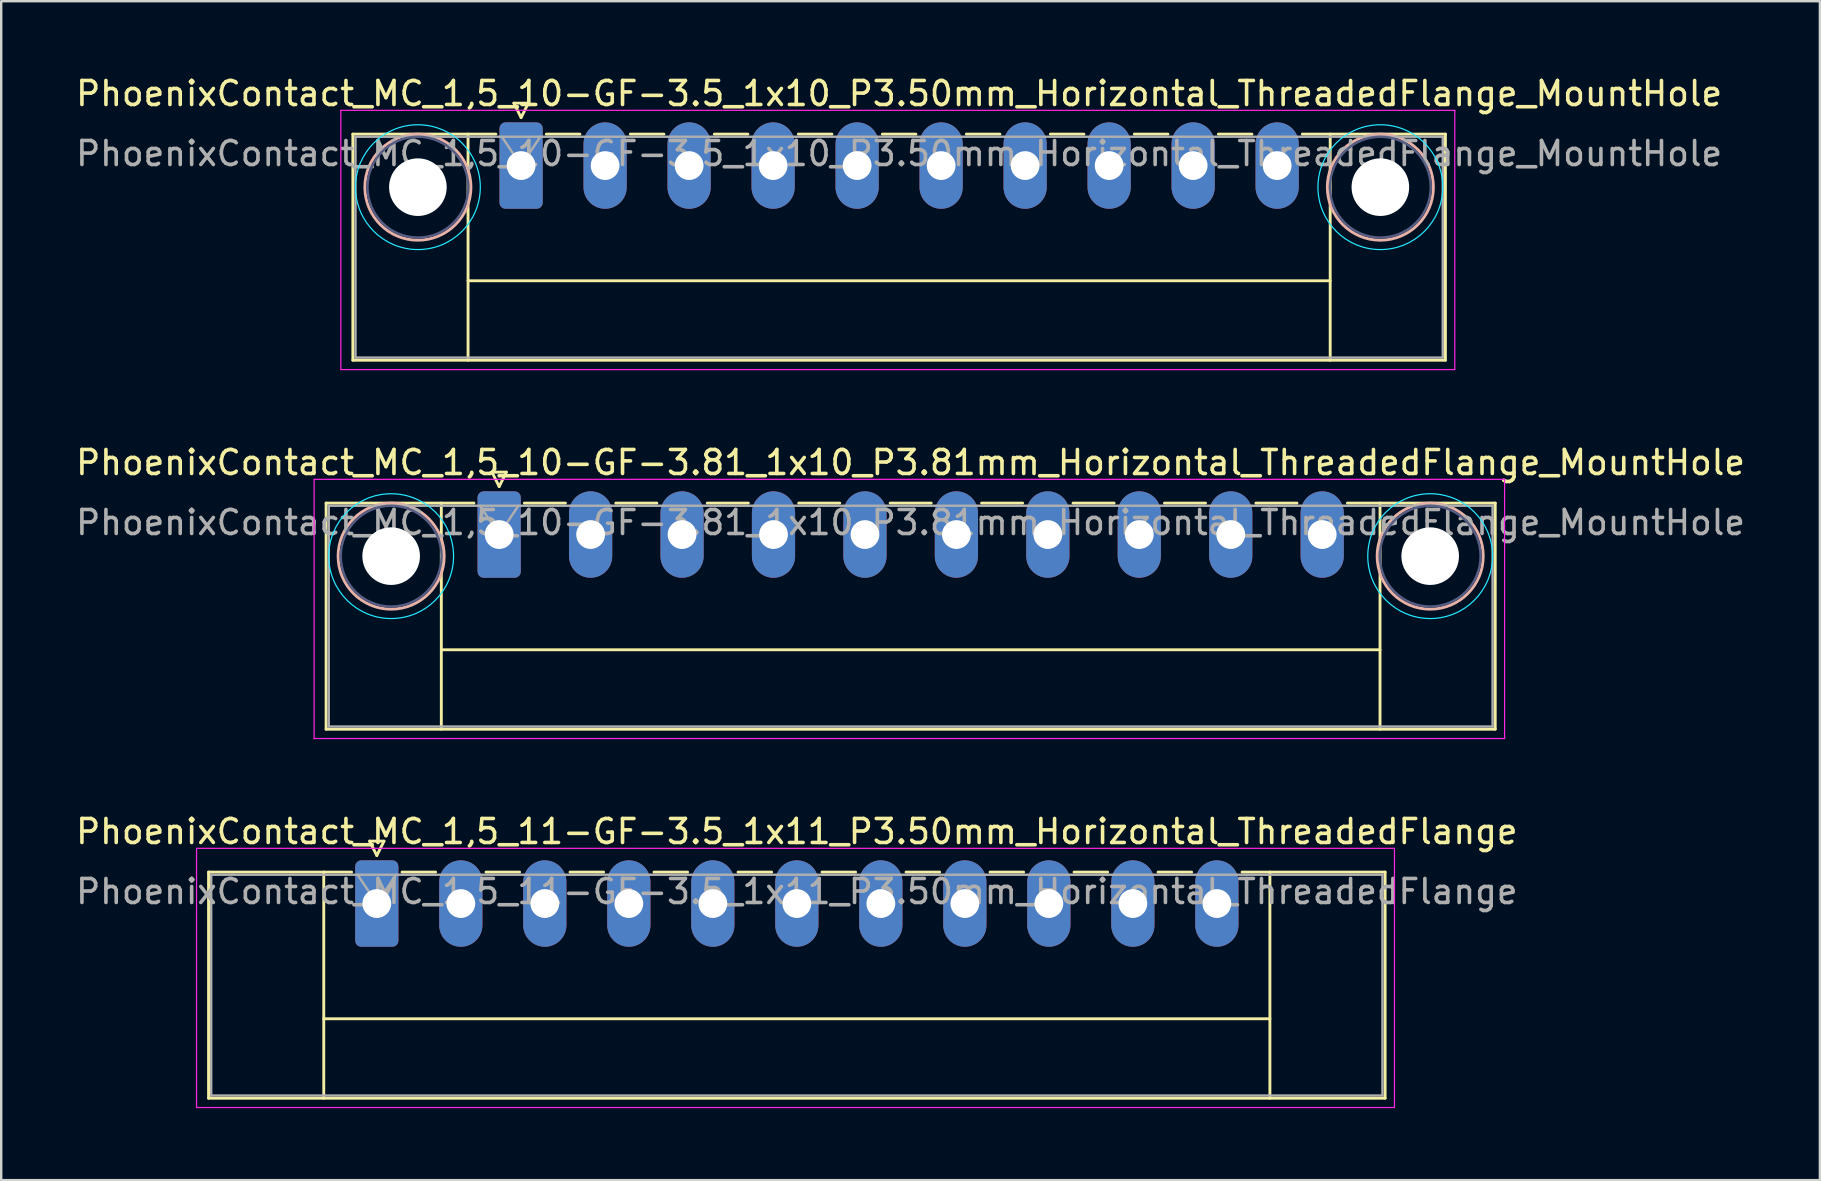
<source format=kicad_pcb>
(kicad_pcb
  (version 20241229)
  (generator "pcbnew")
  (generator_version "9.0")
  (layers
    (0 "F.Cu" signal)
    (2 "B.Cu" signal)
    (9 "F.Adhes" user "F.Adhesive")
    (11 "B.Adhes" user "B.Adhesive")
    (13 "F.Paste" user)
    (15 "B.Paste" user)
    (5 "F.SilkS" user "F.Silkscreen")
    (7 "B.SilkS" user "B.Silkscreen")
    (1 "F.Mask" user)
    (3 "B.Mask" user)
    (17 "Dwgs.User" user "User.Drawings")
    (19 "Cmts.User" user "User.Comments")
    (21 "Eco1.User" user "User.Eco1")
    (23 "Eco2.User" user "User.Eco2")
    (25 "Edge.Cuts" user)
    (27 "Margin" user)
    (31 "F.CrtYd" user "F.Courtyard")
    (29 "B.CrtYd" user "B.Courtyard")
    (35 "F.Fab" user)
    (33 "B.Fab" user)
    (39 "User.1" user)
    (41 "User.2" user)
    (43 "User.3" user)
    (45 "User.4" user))
  (footprint "PhoenixContact_MC_1,5_10-GF-3.5_1x10_P3.50mm_Horizontal_ThreadedFlange_MountHole"
    (layer "F.Cu")
    (at 18.661 3.848)
    (property "Reference" "PhoenixContact_MC_1,5_10-GF-3.5_1x10_P3.50mm_Horizontal_ThreadedFlange_MountHole" (at 15.75 -3 0) (layer "F.SilkS") (effects (font (size 1 1) (thickness 0.15))))
    (attr through_hole)
    (fp_line (start -7.01 -1.31) (end -7.01 8.11) (stroke (width 0.12) (type solid)) (layer "F.SilkS"))
    (fp_line (start -7.01 -1.31) (end -1.05 -1.31) (stroke (width 0.12) (type solid)) (layer "F.SilkS"))
    (fp_line (start -7.01 8.11) (end 38.51 8.11) (stroke (width 0.12) (type solid)) (layer "F.SilkS"))
    (fp_line (start -2.21 -1.31) (end -2.21 8.11) (stroke (width 0.12) (type solid)) (layer "F.SilkS"))
    (fp_line (start -2.21 4.8) (end 33.71 4.8) (stroke (width 0.12) (type solid)) (layer "F.SilkS"))
    (fp_line (start -0.3 -2.6) (end 0.3 -2.6) (stroke (width 0.12) (type solid)) (layer "F.SilkS"))
    (fp_line (start 0 -2) (end -0.3 -2.6) (stroke (width 0.12) (type solid)) (layer "F.SilkS"))
    (fp_line (start 0.3 -2.6) (end 0 -2) (stroke (width 0.12) (type solid)) (layer "F.SilkS"))
    (fp_line (start 1.05 -1.31) (end 2.45 -1.31) (stroke (width 0.12) (type solid)) (layer "F.SilkS"))
    (fp_line (start 4.55 -1.31) (end 5.95 -1.31) (stroke (width 0.12) (type solid)) (layer "F.SilkS"))
    (fp_line (start 8.05 -1.31) (end 9.45 -1.31) (stroke (width 0.12) (type solid)) (layer "F.SilkS"))
    (fp_line (start 11.55 -1.31) (end 12.95 -1.31) (stroke (width 0.12) (type solid)) (layer "F.SilkS"))
    (fp_line (start 15.05 -1.31) (end 16.45 -1.31) (stroke (width 0.12) (type solid)) (layer "F.SilkS"))
    (fp_line (start 18.55 -1.31) (end 19.95 -1.31) (stroke (width 0.12) (type solid)) (layer "F.SilkS"))
    (fp_line (start 22.05 -1.31) (end 23.45 -1.31) (stroke (width 0.12) (type solid)) (layer "F.SilkS"))
    (fp_line (start 25.55 -1.31) (end 26.95 -1.31) (stroke (width 0.12) (type solid)) (layer "F.SilkS"))
    (fp_line (start 29.05 -1.31) (end 30.45 -1.31) (stroke (width 0.12) (type solid)) (layer "F.SilkS"))
    (fp_line (start 33.71 -1.31) (end 33.71 8.11) (stroke (width 0.12) (type solid)) (layer "F.SilkS"))
    (fp_line (start 38.51 -1.31) (end 32.55 -1.31) (stroke (width 0.12) (type solid)) (layer "F.SilkS"))
    (fp_line (start 38.51 8.11) (end 38.51 -1.31) (stroke (width 0.12) (type solid)) (layer "F.SilkS"))
    (fp_circle (center -4.3 0.9) (end -2.09 0.9) (stroke (width 0.12) (type solid)) (fill no) (layer "B.SilkS"))
    (fp_circle (center 35.8 0.9) (end 38.01 0.9) (stroke (width 0.12) (type solid)) (fill no) (layer "B.SilkS"))
    (fp_circle (center -4.3 0.9) (end -1.7 0.9) (stroke (width 0.05) (type solid)) (fill no) (layer "B.CrtYd"))
    (fp_circle (center 35.8 0.9) (end 38.4 0.9) (stroke (width 0.05) (type solid)) (fill no) (layer "B.CrtYd"))
    (fp_line (start -7.51 -2.3) (end -7.51 8.5) (stroke (width 0.05) (type solid)) (layer "F.CrtYd"))
    (fp_line (start -7.51 8.5) (end 38.9 8.5) (stroke (width 0.05) (type solid)) (layer "F.CrtYd"))
    (fp_line (start 38.9 -2.3) (end -7.51 -2.3) (stroke (width 0.05) (type solid)) (layer "F.CrtYd"))
    (fp_line (start 38.9 8.5) (end 38.9 -2.3) (stroke (width 0.05) (type solid)) (layer "F.CrtYd"))
    (fp_circle (center -4.3 0.9) (end -2.2 0.9) (stroke (width 0.1) (type solid)) (fill no) (layer "B.Fab"))
    (fp_circle (center 35.8 0.9) (end 37.9 0.9) (stroke (width 0.1) (type solid)) (fill no) (layer "B.Fab"))
    (fp_line (start -6.9 -1.2) (end -6.9 8) (stroke (width 0.1) (type solid)) (layer "F.Fab"))
    (fp_line (start -6.9 8) (end 38.4 8) (stroke (width 0.1) (type solid)) (layer "F.Fab"))
    (fp_line (start 0 0) (end -0.8 -1.2) (stroke (width 0.1) (type solid)) (layer "F.Fab"))
    (fp_line (start 0.8 -1.2) (end 0 0) (stroke (width 0.1) (type solid)) (layer "F.Fab"))
    (fp_line (start 38.4 -1.2) (end -6.9 -1.2) (stroke (width 0.1) (type solid)) (layer "F.Fab"))
    (fp_line (start 38.4 8) (end 38.4 -1.2) (stroke (width 0.1) (type solid)) (layer "F.Fab"))
    (fp_text user "${REFERENCE}" (at 15.75 -0.5 0) (layer "F.Fab") (effects (font (size 1 1) (thickness 0.15))))
    (pad "" np_thru_hole circle (at -4.3 0.9) (size 2.4 2.4) (drill 2.4) (layers "*.Cu" "*.Mask"))
    (pad "" np_thru_hole circle (at 35.8 0.9) (size 2.4 2.4) (drill 2.4) (layers "*.Cu" "*.Mask"))
    (pad "1" thru_hole roundrect (at 0 0) (size 1.8 3.6) (drill 1.2) (layers "*.Cu" "*.Mask") (roundrect_rratio 0.139))
    (pad "2" thru_hole oval (at 3.5 0) (size 1.8 3.6) (drill 1.2) (layers "*.Cu" "*.Mask"))
    (pad "3" thru_hole oval (at 7 0) (size 1.8 3.6) (drill 1.2) (layers "*.Cu" "*.Mask"))
    (pad "4" thru_hole oval (at 10.5 0) (size 1.8 3.6) (drill 1.2) (layers "*.Cu" "*.Mask"))
    (pad "5" thru_hole oval (at 14 0) (size 1.8 3.6) (drill 1.2) (layers "*.Cu" "*.Mask"))
    (pad "6" thru_hole oval (at 17.5 0) (size 1.8 3.6) (drill 1.2) (layers "*.Cu" "*.Mask"))
    (pad "7" thru_hole oval (at 21 0) (size 1.8 3.6) (drill 1.2) (layers "*.Cu" "*.Mask"))
    (pad "8" thru_hole oval (at 24.5 0) (size 1.8 3.6) (drill 1.2) (layers "*.Cu" "*.Mask"))
    (pad "9" thru_hole oval (at 28 0) (size 1.8 3.6) (drill 1.2) (layers "*.Cu" "*.Mask"))
    (pad "10" thru_hole oval (at 31.5 0) (size 1.8 3.6) (drill 1.2) (layers "*.Cu" "*.Mask")))
  (footprint "PhoenixContact_MC_1,5_10-GF-3.81_1x10_P3.81mm_Horizontal_ThreadedFlange_MountHole"
    (layer "F.Cu")
    (at 17.747 19.221)
    (property "Reference" "PhoenixContact_MC_1,5_10-GF-3.81_1x10_P3.81mm_Horizontal_ThreadedFlange_MountHole" (at 17.14 -3 0) (layer "F.SilkS") (effects (font (size 1 1) (thickness 0.15))))
    (attr through_hole)
    (fp_line (start -7.21 -1.31) (end -7.21 8.11) (stroke (width 0.12) (type solid)) (layer "F.SilkS"))
    (fp_line (start -7.21 -1.31) (end -1.05 -1.31) (stroke (width 0.12) (type solid)) (layer "F.SilkS"))
    (fp_line (start -7.21 8.11) (end 41.5 8.11) (stroke (width 0.12) (type solid)) (layer "F.SilkS"))
    (fp_line (start -2.41 -1.31) (end -2.41 8.11) (stroke (width 0.12) (type solid)) (layer "F.SilkS"))
    (fp_line (start -2.41 4.8) (end 36.7 4.8) (stroke (width 0.12) (type solid)) (layer "F.SilkS"))
    (fp_line (start -0.3 -2.6) (end 0.3 -2.6) (stroke (width 0.12) (type solid)) (layer "F.SilkS"))
    (fp_line (start 0 -2) (end -0.3 -2.6) (stroke (width 0.12) (type solid)) (layer "F.SilkS"))
    (fp_line (start 0.3 -2.6) (end 0 -2) (stroke (width 0.12) (type solid)) (layer "F.SilkS"))
    (fp_line (start 1.05 -1.31) (end 2.76 -1.31) (stroke (width 0.12) (type solid)) (layer "F.SilkS"))
    (fp_line (start 4.86 -1.31) (end 6.57 -1.31) (stroke (width 0.12) (type solid)) (layer "F.SilkS"))
    (fp_line (start 8.67 -1.31) (end 10.38 -1.31) (stroke (width 0.12) (type solid)) (layer "F.SilkS"))
    (fp_line (start 12.48 -1.31) (end 14.19 -1.31) (stroke (width 0.12) (type solid)) (layer "F.SilkS"))
    (fp_line (start 16.29 -1.31) (end 18 -1.31) (stroke (width 0.12) (type solid)) (layer "F.SilkS"))
    (fp_line (start 20.1 -1.31) (end 21.81 -1.31) (stroke (width 0.12) (type solid)) (layer "F.SilkS"))
    (fp_line (start 23.91 -1.31) (end 25.62 -1.31) (stroke (width 0.12) (type solid)) (layer "F.SilkS"))
    (fp_line (start 27.72 -1.31) (end 29.43 -1.31) (stroke (width 0.12) (type solid)) (layer "F.SilkS"))
    (fp_line (start 31.53 -1.31) (end 33.24 -1.31) (stroke (width 0.12) (type solid)) (layer "F.SilkS"))
    (fp_line (start 36.7 -1.31) (end 36.7 8.11) (stroke (width 0.12) (type solid)) (layer "F.SilkS"))
    (fp_line (start 41.5 -1.31) (end 35.34 -1.31) (stroke (width 0.12) (type solid)) (layer "F.SilkS"))
    (fp_line (start 41.5 8.11) (end 41.5 -1.31) (stroke (width 0.12) (type solid)) (layer "F.SilkS"))
    (fp_circle (center -4.5 0.9) (end -2.29 0.9) (stroke (width 0.12) (type solid)) (fill no) (layer "B.SilkS"))
    (fp_circle (center 38.79 0.9) (end 41 0.9) (stroke (width 0.12) (type solid)) (fill no) (layer "B.SilkS"))
    (fp_circle (center -4.5 0.9) (end -1.9 0.9) (stroke (width 0.05) (type solid)) (fill no) (layer "B.CrtYd"))
    (fp_circle (center 38.79 0.9) (end 41.39 0.9) (stroke (width 0.05) (type solid)) (fill no) (layer "B.CrtYd"))
    (fp_line (start -7.71 -2.3) (end -7.71 8.5) (stroke (width 0.05) (type solid)) (layer "F.CrtYd"))
    (fp_line (start -7.71 8.5) (end 41.89 8.5) (stroke (width 0.05) (type solid)) (layer "F.CrtYd"))
    (fp_line (start 41.89 -2.3) (end -7.71 -2.3) (stroke (width 0.05) (type solid)) (layer "F.CrtYd"))
    (fp_line (start 41.89 8.5) (end 41.89 -2.3) (stroke (width 0.05) (type solid)) (layer "F.CrtYd"))
    (fp_circle (center -4.5 0.9) (end -2.4 0.9) (stroke (width 0.1) (type solid)) (fill no) (layer "B.Fab"))
    (fp_circle (center 38.79 0.9) (end 40.89 0.9) (stroke (width 0.1) (type solid)) (fill no) (layer "B.Fab"))
    (fp_line (start -7.1 -1.2) (end -7.1 8) (stroke (width 0.1) (type solid)) (layer "F.Fab"))
    (fp_line (start -7.1 8) (end 41.39 8) (stroke (width 0.1) (type solid)) (layer "F.Fab"))
    (fp_line (start 0 0) (end -0.8 -1.2) (stroke (width 0.1) (type solid)) (layer "F.Fab"))
    (fp_line (start 0.8 -1.2) (end 0 0) (stroke (width 0.1) (type solid)) (layer "F.Fab"))
    (fp_line (start 41.39 -1.2) (end -7.1 -1.2) (stroke (width 0.1) (type solid)) (layer "F.Fab"))
    (fp_line (start 41.39 8) (end 41.39 -1.2) (stroke (width 0.1) (type solid)) (layer "F.Fab"))
    (fp_text user "${REFERENCE}" (at 17.14 -0.5 0) (layer "F.Fab") (effects (font (size 1 1) (thickness 0.15))))
    (pad "" np_thru_hole circle (at -4.5 0.9) (size 2.4 2.4) (drill 2.4) (layers "*.Cu" "*.Mask"))
    (pad "" np_thru_hole circle (at 38.79 0.9) (size 2.4 2.4) (drill 2.4) (layers "*.Cu" "*.Mask"))
    (pad "1" thru_hole roundrect (at 0 0) (size 1.8 3.6) (drill 1.2) (layers "*.Cu" "*.Mask") (roundrect_rratio 0.139))
    (pad "2" thru_hole oval (at 3.81 0) (size 1.8 3.6) (drill 1.2) (layers "*.Cu" "*.Mask"))
    (pad "3" thru_hole oval (at 7.62 0) (size 1.8 3.6) (drill 1.2) (layers "*.Cu" "*.Mask"))
    (pad "4" thru_hole oval (at 11.43 0) (size 1.8 3.6) (drill 1.2) (layers "*.Cu" "*.Mask"))
    (pad "5" thru_hole oval (at 15.24 0) (size 1.8 3.6) (drill 1.2) (layers "*.Cu" "*.Mask"))
    (pad "6" thru_hole oval (at 19.05 0) (size 1.8 3.6) (drill 1.2) (layers "*.Cu" "*.Mask"))
    (pad "7" thru_hole oval (at 22.86 0) (size 1.8 3.6) (drill 1.2) (layers "*.Cu" "*.Mask"))
    (pad "8" thru_hole oval (at 26.67 0) (size 1.8 3.6) (drill 1.2) (layers "*.Cu" "*.Mask"))
    (pad "9" thru_hole oval (at 30.48 0) (size 1.8 3.6) (drill 1.2) (layers "*.Cu" "*.Mask"))
    (pad "10" thru_hole oval (at 34.29 0) (size 1.8 3.6) (drill 1.2) (layers "*.Cu" "*.Mask")))
  (footprint "PhoenixContact_MC_1,5_11-GF-3.5_1x11_P3.50mm_Horizontal_ThreadedFlange"
    (layer "F.Cu")
    (at 12.649 34.595)
    (property "Reference" "PhoenixContact_MC_1,5_11-GF-3.5_1x11_P3.50mm_Horizontal_ThreadedFlange" (at 17.5 -3 0) (layer "F.SilkS") (effects (font (size 1 1) (thickness 0.15))))
    (attr through_hole)
    (fp_line (start -7.01 -1.31) (end -7.01 8.11) (stroke (width 0.12) (type solid)) (layer "F.SilkS"))
    (fp_line (start -7.01 -1.31) (end -1.05 -1.31) (stroke (width 0.12) (type solid)) (layer "F.SilkS"))
    (fp_line (start -7.01 8.11) (end 42.01 8.11) (stroke (width 0.12) (type solid)) (layer "F.SilkS"))
    (fp_line (start -2.21 -1.31) (end -2.21 8.11) (stroke (width 0.12) (type solid)) (layer "F.SilkS"))
    (fp_line (start -2.21 4.8) (end 37.21 4.8) (stroke (width 0.12) (type solid)) (layer "F.SilkS"))
    (fp_line (start -0.3 -2.6) (end 0.3 -2.6) (stroke (width 0.12) (type solid)) (layer "F.SilkS"))
    (fp_line (start 0 -2) (end -0.3 -2.6) (stroke (width 0.12) (type solid)) (layer "F.SilkS"))
    (fp_line (start 0.3 -2.6) (end 0 -2) (stroke (width 0.12) (type solid)) (layer "F.SilkS"))
    (fp_line (start 1.05 -1.31) (end 2.45 -1.31) (stroke (width 0.12) (type solid)) (layer "F.SilkS"))
    (fp_line (start 4.55 -1.31) (end 5.95 -1.31) (stroke (width 0.12) (type solid)) (layer "F.SilkS"))
    (fp_line (start 8.05 -1.31) (end 9.45 -1.31) (stroke (width 0.12) (type solid)) (layer "F.SilkS"))
    (fp_line (start 11.55 -1.31) (end 12.95 -1.31) (stroke (width 0.12) (type solid)) (layer "F.SilkS"))
    (fp_line (start 15.05 -1.31) (end 16.45 -1.31) (stroke (width 0.12) (type solid)) (layer "F.SilkS"))
    (fp_line (start 18.55 -1.31) (end 19.95 -1.31) (stroke (width 0.12) (type solid)) (layer "F.SilkS"))
    (fp_line (start 22.05 -1.31) (end 23.45 -1.31) (stroke (width 0.12) (type solid)) (layer "F.SilkS"))
    (fp_line (start 25.55 -1.31) (end 26.95 -1.31) (stroke (width 0.12) (type solid)) (layer "F.SilkS"))
    (fp_line (start 29.05 -1.31) (end 30.45 -1.31) (stroke (width 0.12) (type solid)) (layer "F.SilkS"))
    (fp_line (start 32.55 -1.31) (end 33.95 -1.31) (stroke (width 0.12) (type solid)) (layer "F.SilkS"))
    (fp_line (start 37.21 -1.31) (end 37.21 8.11) (stroke (width 0.12) (type solid)) (layer "F.SilkS"))
    (fp_line (start 42.01 -1.31) (end 36.05 -1.31) (stroke (width 0.12) (type solid)) (layer "F.SilkS"))
    (fp_line (start 42.01 8.11) (end 42.01 -1.31) (stroke (width 0.12) (type solid)) (layer "F.SilkS"))
    (fp_line (start -7.51 -2.3) (end -7.51 8.5) (stroke (width 0.05) (type solid)) (layer "F.CrtYd"))
    (fp_line (start -7.51 8.5) (end 42.4 8.5) (stroke (width 0.05) (type solid)) (layer "F.CrtYd"))
    (fp_line (start 42.4 -2.3) (end -7.51 -2.3) (stroke (width 0.05) (type solid)) (layer "F.CrtYd"))
    (fp_line (start 42.4 8.5) (end 42.4 -2.3) (stroke (width 0.05) (type solid)) (layer "F.CrtYd"))
    (fp_line (start -6.9 -1.2) (end -6.9 8) (stroke (width 0.1) (type solid)) (layer "F.Fab"))
    (fp_line (start -6.9 8) (end 41.9 8) (stroke (width 0.1) (type solid)) (layer "F.Fab"))
    (fp_line (start 0 0) (end -0.8 -1.2) (stroke (width 0.1) (type solid)) (layer "F.Fab"))
    (fp_line (start 0.8 -1.2) (end 0 0) (stroke (width 0.1) (type solid)) (layer "F.Fab"))
    (fp_line (start 41.9 -1.2) (end -6.9 -1.2) (stroke (width 0.1) (type solid)) (layer "F.Fab"))
    (fp_line (start 41.9 8) (end 41.9 -1.2) (stroke (width 0.1) (type solid)) (layer "F.Fab"))
    (fp_text user "${REFERENCE}" (at 17.5 -0.5 0) (layer "F.Fab") (effects (font (size 1 1) (thickness 0.15))))
    (pad "1" thru_hole roundrect (at 0 0) (size 1.8 3.6) (drill 1.2) (layers "*.Cu" "*.Mask") (roundrect_rratio 0.139))
    (pad "2" thru_hole oval (at 3.5 0) (size 1.8 3.6) (drill 1.2) (layers "*.Cu" "*.Mask"))
    (pad "3" thru_hole oval (at 7 0) (size 1.8 3.6) (drill 1.2) (layers "*.Cu" "*.Mask"))
    (pad "4" thru_hole oval (at 10.5 0) (size 1.8 3.6) (drill 1.2) (layers "*.Cu" "*.Mask"))
    (pad "5" thru_hole oval (at 14 0) (size 1.8 3.6) (drill 1.2) (layers "*.Cu" "*.Mask"))
    (pad "6" thru_hole oval (at 17.5 0) (size 1.8 3.6) (drill 1.2) (layers "*.Cu" "*.Mask"))
    (pad "7" thru_hole oval (at 21 0) (size 1.8 3.6) (drill 1.2) (layers "*.Cu" "*.Mask"))
    (pad "8" thru_hole oval (at 24.5 0) (size 1.8 3.6) (drill 1.2) (layers "*.Cu" "*.Mask"))
    (pad "9" thru_hole oval (at 28 0) (size 1.8 3.6) (drill 1.2) (layers "*.Cu" "*.Mask"))
    (pad "10" thru_hole oval (at 31.5 0) (size 1.8 3.6) (drill 1.2) (layers "*.Cu" "*.Mask"))
    (pad "11" thru_hole oval (at 35 0) (size 1.8 3.6) (drill 1.2) (layers "*.Cu" "*.Mask")))
  (gr_rect
    (start -3 -3)
    (end 72.774 46.12)
    (stroke (width 0.1) (type default))
    (fill no)
    (layer "Edge.Cuts")))
</source>
